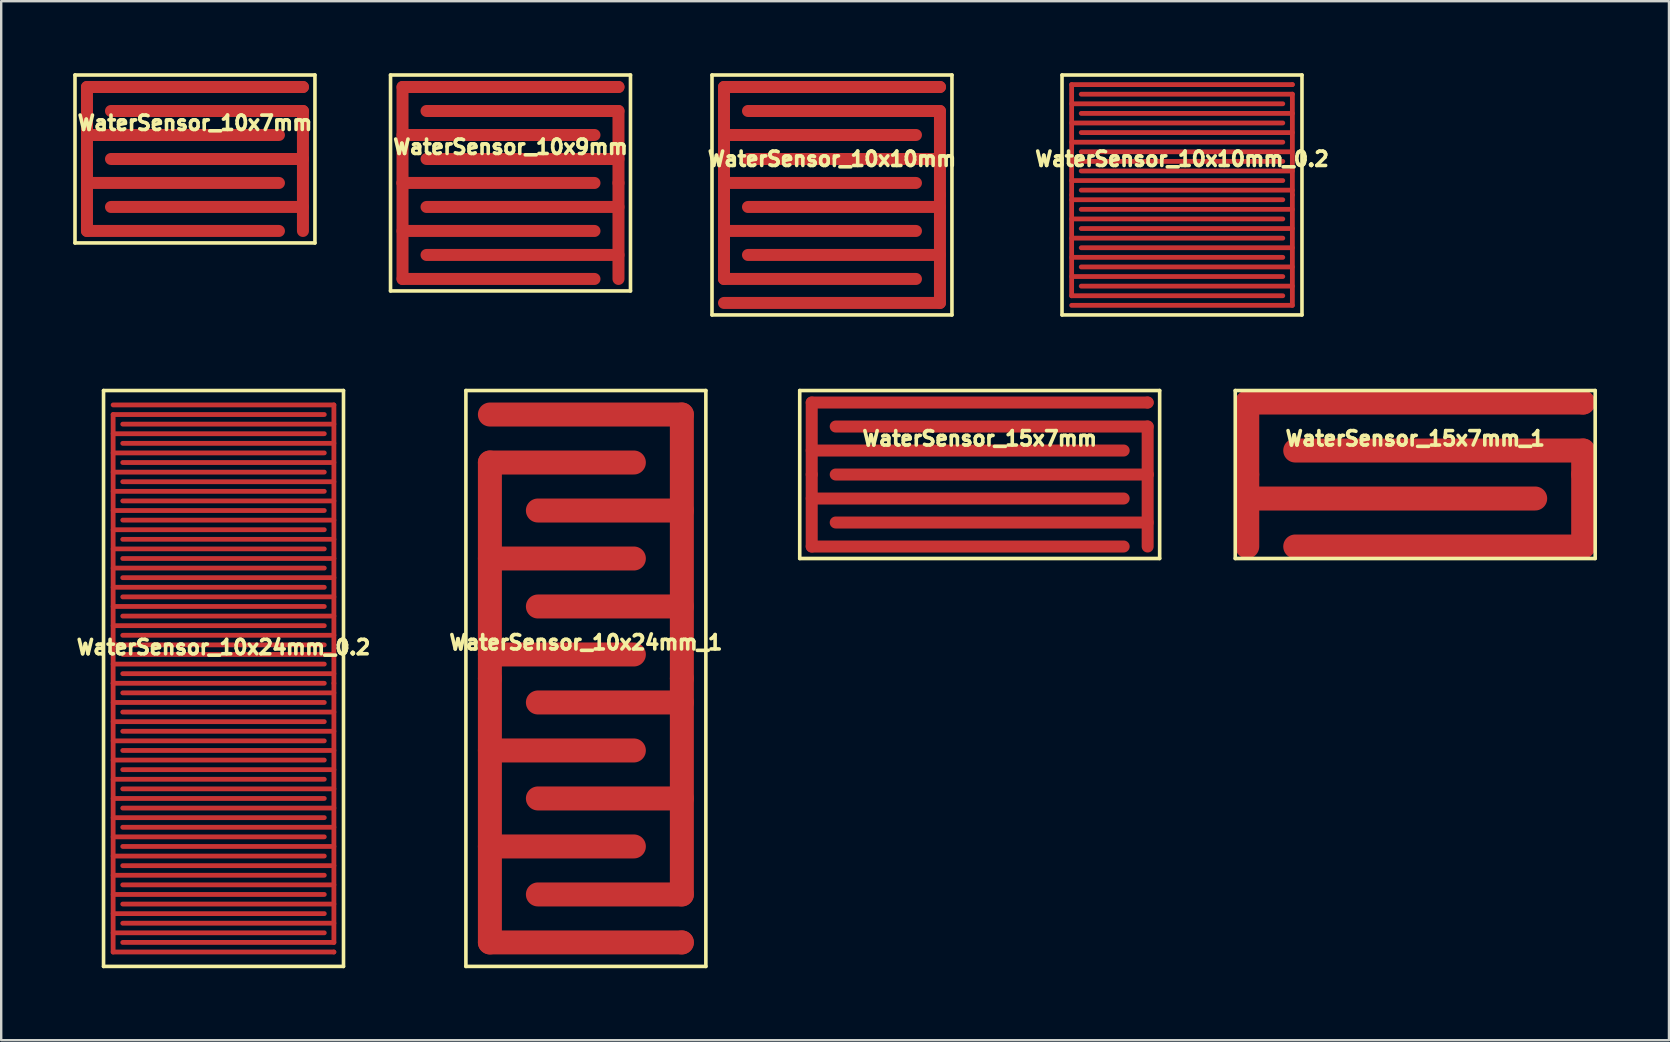
<source format=kicad_pcb>
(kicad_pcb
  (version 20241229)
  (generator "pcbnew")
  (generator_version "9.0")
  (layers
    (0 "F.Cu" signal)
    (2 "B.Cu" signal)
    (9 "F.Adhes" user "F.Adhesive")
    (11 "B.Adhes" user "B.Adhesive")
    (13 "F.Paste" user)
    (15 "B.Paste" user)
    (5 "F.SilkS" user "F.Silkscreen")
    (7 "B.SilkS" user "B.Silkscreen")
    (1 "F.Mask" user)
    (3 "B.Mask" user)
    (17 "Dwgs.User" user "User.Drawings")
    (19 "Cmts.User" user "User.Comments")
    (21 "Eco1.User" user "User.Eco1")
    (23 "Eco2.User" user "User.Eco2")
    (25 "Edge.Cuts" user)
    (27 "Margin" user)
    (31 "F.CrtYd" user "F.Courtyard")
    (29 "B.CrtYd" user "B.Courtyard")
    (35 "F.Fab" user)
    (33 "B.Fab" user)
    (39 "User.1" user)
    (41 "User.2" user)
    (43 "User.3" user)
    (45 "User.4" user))
  (footprint "WaterSensor_10x9mm"
    (layer "F.Cu")
    (at 18.225 4.575)
    (property "Reference" "WaterSensor_10x9mm" (at 0 -1.5 0) (layer "F.SilkS") (effects (font (size 0.6 0.6) (thickness 0.15))))
    (attr exclude_from_pos_files exclude_from_bom)
    (fp_line (start -4.5 -4) (end -4.5 4) (stroke (width 0.5) (type solid)) (layer "F.Cu"))
    (fp_line (start -4.5 -2) (end 3.5 -2) (stroke (width 0.5) (type solid)) (layer "F.Cu"))
    (fp_line (start -4.5 2) (end 3.5 2) (stroke (width 0.5) (type solid)) (layer "F.Cu"))
    (fp_line (start -4.5 4) (end 3.5 4) (stroke (width 0.5) (type solid)) (layer "F.Cu"))
    (fp_line (start -3.5 -1) (end 4.5 -1) (stroke (width 0.5) (type solid)) (layer "F.Cu"))
    (fp_line (start -3.5 3) (end 4.5 3) (stroke (width 0.5) (type solid)) (layer "F.Cu"))
    (fp_line (start 3.5 0) (end -4.5 0) (stroke (width 0.5) (type solid)) (layer "F.Cu"))
    (fp_line (start 4.5 -4) (end -4.5 -4) (stroke (width 0.5) (type solid)) (layer "F.Cu"))
    (fp_line (start 4.5 -3) (end -3.5 -3) (stroke (width 0.5) (type solid)) (layer "F.Cu"))
    (fp_line (start 4.5 1) (end -3.5 1) (stroke (width 0.5) (type solid)) (layer "F.Cu"))
    (fp_line (start 4.5 4) (end 4.5 -3) (stroke (width 0.5) (type solid)) (layer "F.Cu"))
    (fp_line (start -5 -4.5) (end 5 -4.5) (stroke (width 0.15) (type solid)) (layer "F.SilkS"))
    (fp_line (start -5 4.5) (end -5 -4.5) (stroke (width 0.15) (type solid)) (layer "F.SilkS"))
    (fp_line (start 5 -4.5) (end 5 4.5) (stroke (width 0.15) (type solid)) (layer "F.SilkS"))
    (fp_line (start 5 4.5) (end -5 4.5) (stroke (width 0.15) (type solid)) (layer "F.SilkS"))
    (pad "1" smd circle (at 4.5 0) (size 0.5 0.5) (layers "F.Cu"))
    (pad "2" smd circle (at -4.5 0) (size 0.5 0.5) (layers "F.Cu"))
    (pad "2" smd circle (at 4.5 -4) (size 0.5 0.5) (layers "F.Cu")))
  (footprint "WaterSensor_10x10mm"
    (layer "F.Cu")
    (at 31.622 5.075)
    (property "Reference" "WaterSensor_10x10mm" (at 0 -1.5 0) (layer "F.SilkS") (effects (font (size 0.6 0.6) (thickness 0.15))))
    (attr exclude_from_pos_files exclude_from_bom)
    (fp_line (start -4.5 -4.5) (end -4.5 3.5) (stroke (width 0.5) (type solid)) (layer "F.Cu"))
    (fp_line (start -4.5 -2.5) (end 3.5 -2.5) (stroke (width 0.5) (type solid)) (layer "F.Cu"))
    (fp_line (start -4.5 1.5) (end 3.5 1.5) (stroke (width 0.5) (type solid)) (layer "F.Cu"))
    (fp_line (start -4.5 3.5) (end 3.5 3.5) (stroke (width 0.5) (type solid)) (layer "F.Cu"))
    (fp_line (start -3.5 -1.5) (end 4.5 -1.5) (stroke (width 0.5) (type solid)) (layer "F.Cu"))
    (fp_line (start -3.5 2.5) (end 4.5 2.5) (stroke (width 0.5) (type solid)) (layer "F.Cu"))
    (fp_line (start 3.5 -0.5) (end -4.5 -0.5) (stroke (width 0.5) (type solid)) (layer "F.Cu"))
    (fp_line (start 4.5 -4.5) (end -4.5 -4.5) (stroke (width 0.5) (type solid)) (layer "F.Cu"))
    (fp_line (start 4.5 -3.5) (end -3.5 -3.5) (stroke (width 0.5) (type solid)) (layer "F.Cu"))
    (fp_line (start 4.5 0.5) (end -3.5 0.5) (stroke (width 0.5) (type solid)) (layer "F.Cu"))
    (fp_line (start 4.5 4.5) (end -4.5 4.5) (stroke (width 0.5) (type solid)) (layer "F.Cu"))
    (fp_line (start 4.5 4.5) (end 4.5 -3.5) (stroke (width 0.5) (type solid)) (layer "F.Cu"))
    (fp_line (start -5 -5) (end 5 -5) (stroke (width 0.15) (type solid)) (layer "F.SilkS"))
    (fp_line (start -5 5) (end -5 -5) (stroke (width 0.15) (type solid)) (layer "F.SilkS"))
    (fp_line (start 5 -5) (end 5 5) (stroke (width 0.15) (type solid)) (layer "F.SilkS"))
    (fp_line (start 5 5) (end -5 5) (stroke (width 0.15) (type solid)) (layer "F.SilkS"))
    (pad "1" smd circle (at 4.5 0) (size 0.5 0.5) (layers "F.Cu"))
    (pad "2" smd circle (at -4.5 0) (size 0.5 0.5) (layers "F.Cu"))
    (pad "2" smd circle (at 4.5 -4.5) (size 0.5 0.5) (layers "F.Cu")))
  (footprint "WaterSensor_15x7mm"
    (layer "F.Cu")
    (at 37.778 16.725)
    (property "Reference" "WaterSensor_15x7mm" (at 0 -1.5 0) (layer "F.SilkS") (effects (font (size 0.6 0.6) (thickness 0.15))))
    (attr exclude_from_pos_files exclude_from_bom)
    (fp_line (start -7 -3) (end -7 3) (stroke (width 0.5) (type solid)) (layer "F.Cu"))
    (fp_line (start -7 -1) (end 6 -1) (stroke (width 0.5) (type solid)) (layer "F.Cu"))
    (fp_line (start -7 3) (end 6 3) (stroke (width 0.5) (type solid)) (layer "F.Cu"))
    (fp_line (start -6 0) (end 7 0) (stroke (width 0.5) (type solid)) (layer "F.Cu"))
    (fp_line (start 6 1) (end -7 1) (stroke (width 0.5) (type solid)) (layer "F.Cu"))
    (fp_line (start 7 -3) (end -7 -3) (stroke (width 0.5) (type solid)) (layer "F.Cu"))
    (fp_line (start 7 -2) (end -6 -2) (stroke (width 0.5) (type solid)) (layer "F.Cu"))
    (fp_line (start 7 2) (end -6 2) (stroke (width 0.5) (type solid)) (layer "F.Cu"))
    (fp_line (start 7 3) (end 7 -2) (stroke (width 0.5) (type solid)) (layer "F.Cu"))
    (fp_line (start -7.5 -3.5) (end -7.5 3.5) (stroke (width 0.15) (type solid)) (layer "F.SilkS"))
    (fp_line (start -7.5 3.5) (end 7.5 3.5) (stroke (width 0.15) (type solid)) (layer "F.SilkS"))
    (fp_line (start 7.5 -3.5) (end -7.5 -3.5) (stroke (width 0.15) (type solid)) (layer "F.SilkS"))
    (fp_line (start 7.5 3.5) (end 7.5 -3.5) (stroke (width 0.15) (type solid)) (layer "F.SilkS"))
    (pad "1" smd circle (at 7 0) (size 0.5 0.5) (layers "F.Cu"))
    (pad "2" smd circle (at -7 0) (size 0.5 0.5) (layers "F.Cu"))
    (pad "2" smd circle (at 7 -3) (size 0.5 0.5) (layers "F.Cu")))
  (footprint "WaterSensor_10x7mm"
    (layer "F.Cu")
    (at 5.075 3.575)
    (property "Reference" "WaterSensor_10x7mm" (at 0 -1.5 0) (layer "F.SilkS") (effects (font (size 0.6 0.6) (thickness 0.15))))
    (attr exclude_from_pos_files exclude_from_bom)
    (fp_line (start -4.5 -3) (end -4.5 3) (stroke (width 0.5) (type solid)) (layer "F.Cu"))
    (fp_line (start -4.5 -1) (end 3.5 -1) (stroke (width 0.5) (type solid)) (layer "F.Cu"))
    (fp_line (start -4.5 3) (end 3.5 3) (stroke (width 0.5) (type solid)) (layer "F.Cu"))
    (fp_line (start -3.5 0) (end 4.5 0) (stroke (width 0.5) (type solid)) (layer "F.Cu"))
    (fp_line (start 3.5 1) (end -4.5 1) (stroke (width 0.5) (type solid)) (layer "F.Cu"))
    (fp_line (start 4.5 -3) (end -4.5 -3) (stroke (width 0.5) (type solid)) (layer "F.Cu"))
    (fp_line (start 4.5 -2) (end -3.5 -2) (stroke (width 0.5) (type solid)) (layer "F.Cu"))
    (fp_line (start 4.5 2) (end -3.5 2) (stroke (width 0.5) (type solid)) (layer "F.Cu"))
    (fp_line (start 4.5 3) (end 4.5 -2) (stroke (width 0.5) (type solid)) (layer "F.Cu"))
    (fp_line (start -5 -3.5) (end -5 3.5) (stroke (width 0.15) (type solid)) (layer "F.SilkS"))
    (fp_line (start -5 3.5) (end 5 3.5) (stroke (width 0.15) (type solid)) (layer "F.SilkS"))
    (fp_line (start 5 -3.5) (end -5 -3.5) (stroke (width 0.15) (type solid)) (layer "F.SilkS"))
    (fp_line (start 5 3.5) (end 5 -3.5) (stroke (width 0.15) (type solid)) (layer "F.SilkS"))
    (pad "1" smd circle (at 4.5 0) (size 0.5 0.5) (layers "F.Cu"))
    (pad "2" smd circle (at -4.5 0) (size 0.5 0.5) (layers "F.Cu"))
    (pad "2" smd circle (at 4.5 -3) (size 0.5 0.5) (layers "F.Cu")))
  (footprint "WaterSensor_10x24mm_1"
    (layer "F.Cu")
    (at 21.366 25.225)
    (property "Reference" "WaterSensor_10x24mm_1" (at 0 -1.5 0) (layer "F.SilkS") (effects (font (size 0.6 0.6) (thickness 0.15))))
    (attr exclude_from_pos_files exclude_from_bom)
    (fp_line (start -4 -11) (end 4 -11) (stroke (width 1) (type solid)) (layer "F.Cu"))
    (fp_line (start -4 -9) (end 2 -9) (stroke (width 1) (type solid)) (layer "F.Cu"))
    (fp_line (start -4 -5) (end 2 -5) (stroke (width 1) (type solid)) (layer "F.Cu"))
    (fp_line (start -4 -1) (end 2 -1) (stroke (width 1) (type solid)) (layer "F.Cu"))
    (fp_line (start -4 3) (end 2 3) (stroke (width 1) (type solid)) (layer "F.Cu"))
    (fp_line (start -4 7) (end 2 7) (stroke (width 1) (type solid)) (layer "F.Cu"))
    (fp_line (start -4 11) (end -4 -9) (stroke (width 1) (type solid)) (layer "F.Cu"))
    (fp_line (start 4 -11) (end 4 9) (stroke (width 1) (type solid)) (layer "F.Cu"))
    (fp_line (start 4 -7) (end -2 -7) (stroke (width 1) (type solid)) (layer "F.Cu"))
    (fp_line (start 4 -3) (end -2 -3) (stroke (width 1) (type solid)) (layer "F.Cu"))
    (fp_line (start 4 1) (end -2 1) (stroke (width 1) (type solid)) (layer "F.Cu"))
    (fp_line (start 4 5) (end -2 5) (stroke (width 1) (type solid)) (layer "F.Cu"))
    (fp_line (start 4 9) (end -2 9) (stroke (width 1) (type solid)) (layer "F.Cu"))
    (fp_line (start 4 11) (end -4 11) (stroke (width 1) (type solid)) (layer "F.Cu"))
    (fp_line (start -5 -12) (end -5 12) (stroke (width 0.15) (type solid)) (layer "F.SilkS"))
    (fp_line (start -5 -12) (end 5 -12) (stroke (width 0.15) (type solid)) (layer "F.SilkS"))
    (fp_line (start 5 12) (end -5 12) (stroke (width 0.15) (type solid)) (layer "F.SilkS"))
    (fp_line (start 5 12) (end 5 -12) (stroke (width 0.15) (type solid)) (layer "F.SilkS"))
    (pad "1" smd circle (at 4 0) (size 1 1) (layers "F.Cu"))
    (pad "2" smd circle (at -4 0) (size 1 1) (layers "F.Cu"))
    (pad "2" smd circle (at 4 11) (size 1 1) (layers "F.Cu")))
  (footprint "WaterSensor_10x10mm_0.2"
    (layer "F.Cu")
    (at 46.209 5.075)
    (property "Reference" "WaterSensor_10x10mm_0.2" (at 0 -1.5 0) (layer "F.SilkS") (effects (font (size 0.6 0.6) (thickness 0.15))))
    (attr exclude_from_pos_files exclude_from_bom)
    (fp_line (start -4.6 -4.6) (end 4.6 -4.6) (stroke (width 0.2) (type solid)) (layer "F.Cu"))
    (fp_line (start -4.6 -3.8) (end 4.2 -3.8) (stroke (width 0.2) (type solid)) (layer "F.Cu"))
    (fp_line (start -4.6 -3) (end 4.2 -3) (stroke (width 0.2) (type solid)) (layer "F.Cu"))
    (fp_line (start -4.6 -2.2) (end 4.2 -2.2) (stroke (width 0.2) (type solid)) (layer "F.Cu"))
    (fp_line (start -4.6 -1.4) (end 4.2 -1.4) (stroke (width 0.2) (type solid)) (layer "F.Cu"))
    (fp_line (start -4.6 -0.6) (end 4.2 -0.6) (stroke (width 0.2) (type solid)) (layer "F.Cu"))
    (fp_line (start -4.6 0.2) (end 4.2 0.2) (stroke (width 0.2) (type solid)) (layer "F.Cu"))
    (fp_line (start -4.6 1) (end 4.2 1) (stroke (width 0.2) (type solid)) (layer "F.Cu"))
    (fp_line (start -4.6 1.8) (end 4.2 1.8) (stroke (width 0.2) (type solid)) (layer "F.Cu"))
    (fp_line (start -4.6 2.6) (end 4.2 2.6) (stroke (width 0.2) (type solid)) (layer "F.Cu"))
    (fp_line (start -4.6 3.4) (end 4.2 3.4) (stroke (width 0.2) (type solid)) (layer "F.Cu"))
    (fp_line (start -4.6 4.2) (end -4.6 -4.6) (stroke (width 0.2) (type solid)) (layer "F.Cu"))
    (fp_line (start -4.6 4.2) (end 4.2 4.2) (stroke (width 0.2) (type solid)) (layer "F.Cu"))
    (fp_line (start 4.6 -4.2) (end -4.2 -4.2) (stroke (width 0.2) (type solid)) (layer "F.Cu"))
    (fp_line (start 4.6 -3.4) (end -4.2 -3.4) (stroke (width 0.2) (type solid)) (layer "F.Cu"))
    (fp_line (start 4.6 -2.6) (end -4.2 -2.6) (stroke (width 0.2) (type solid)) (layer "F.Cu"))
    (fp_line (start 4.6 -1.8) (end -4.2 -1.8) (stroke (width 0.2) (type solid)) (layer "F.Cu"))
    (fp_line (start 4.6 -1) (end -4.2 -1) (stroke (width 0.2) (type solid)) (layer "F.Cu"))
    (fp_line (start 4.6 -0.2) (end -4.2 -0.2) (stroke (width 0.2) (type solid)) (layer "F.Cu"))
    (fp_line (start 4.6 0.6) (end -4.2 0.6) (stroke (width 0.2) (type solid)) (layer "F.Cu"))
    (fp_line (start 4.6 1.4) (end -4.2 1.4) (stroke (width 0.2) (type solid)) (layer "F.Cu"))
    (fp_line (start 4.6 2.2) (end -4.2 2.2) (stroke (width 0.2) (type solid)) (layer "F.Cu"))
    (fp_line (start 4.6 3) (end -4.2 3) (stroke (width 0.2) (type solid)) (layer "F.Cu"))
    (fp_line (start 4.6 3.8) (end -4.2 3.8) (stroke (width 0.2) (type solid)) (layer "F.Cu"))
    (fp_line (start 4.6 4.6) (end -4.6 4.6) (stroke (width 0.2) (type solid)) (layer "F.Cu"))
    (fp_line (start 4.6 4.6) (end 4.6 -4.2) (stroke (width 0.2) (type solid)) (layer "F.Cu"))
    (fp_line (start -5 -5) (end 5 -5) (stroke (width 0.15) (type solid)) (layer "F.SilkS"))
    (fp_line (start -5 5) (end -5 -5) (stroke (width 0.15) (type solid)) (layer "F.SilkS"))
    (fp_line (start 5 -5) (end 5 5) (stroke (width 0.15) (type solid)) (layer "F.SilkS"))
    (fp_line (start 5 5) (end -5 5) (stroke (width 0.15) (type solid)) (layer "F.SilkS"))
    (pad "1" smd circle (at 4.6 0) (size 0.2 0.2) (layers "F.Cu"))
    (pad "2" smd circle (at -4.6 0) (size 0.2 0.2) (layers "F.Cu"))
    (pad "2" smd circle (at 4.6 -4.6) (size 0.2 0.2) (layers "F.Cu")))
  (footprint "WaterSensor_10x24mm_0.2"
    (layer "F.Cu")
    (at 6.265 25.225)
    (property "Reference" "WaterSensor_10x24mm_0.2" (at 0 -1.3 0) (layer "F.SilkS") (effects (font (size 0.6 0.6) (thickness 0.15))))
    (attr exclude_from_pos_files exclude_from_bom)
    (fp_line (start -4.6 -10.2) (end 4.2 -10.2) (stroke (width 0.2) (type solid)) (layer "F.Cu"))
    (fp_line (start -4.6 -9.4) (end 4.2 -9.4) (stroke (width 0.2) (type solid)) (layer "F.Cu"))
    (fp_line (start -4.6 -8.6) (end 4.2 -8.6) (stroke (width 0.2) (type solid)) (layer "F.Cu"))
    (fp_line (start -4.6 -7.8) (end 4.2 -7.8) (stroke (width 0.2) (type solid)) (layer "F.Cu"))
    (fp_line (start -4.6 -7) (end 4.2 -7) (stroke (width 0.2) (type solid)) (layer "F.Cu"))
    (fp_line (start -4.6 -6.2) (end 4.2 -6.2) (stroke (width 0.2) (type solid)) (layer "F.Cu"))
    (fp_line (start -4.6 -5.4) (end 4.2 -5.4) (stroke (width 0.2) (type solid)) (layer "F.Cu"))
    (fp_line (start -4.6 -4.6) (end 4.2 -4.6) (stroke (width 0.2) (type solid)) (layer "F.Cu"))
    (fp_line (start -4.6 -3.8) (end 4.2 -3.8) (stroke (width 0.2) (type solid)) (layer "F.Cu"))
    (fp_line (start -4.6 -3) (end 4.2 -3) (stroke (width 0.2) (type solid)) (layer "F.Cu"))
    (fp_line (start -4.6 -2.2) (end 4.2 -2.2) (stroke (width 0.2) (type solid)) (layer "F.Cu"))
    (fp_line (start -4.6 -1.4) (end 4.2 -1.4) (stroke (width 0.2) (type solid)) (layer "F.Cu"))
    (fp_line (start -4.6 -0.6) (end 4.2 -0.6) (stroke (width 0.2) (type solid)) (layer "F.Cu"))
    (fp_line (start -4.6 0.2) (end 4.2 0.2) (stroke (width 0.2) (type solid)) (layer "F.Cu"))
    (fp_line (start -4.6 1) (end 4.2 1) (stroke (width 0.2) (type solid)) (layer "F.Cu"))
    (fp_line (start -4.6 1.8) (end 4.2 1.8) (stroke (width 0.2) (type solid)) (layer "F.Cu"))
    (fp_line (start -4.6 2.6) (end 4.2 2.6) (stroke (width 0.2) (type solid)) (layer "F.Cu"))
    (fp_line (start -4.6 3.4) (end 4.2 3.4) (stroke (width 0.2) (type solid)) (layer "F.Cu"))
    (fp_line (start -4.6 4.2) (end 4.2 4.2) (stroke (width 0.2) (type solid)) (layer "F.Cu"))
    (fp_line (start -4.6 5) (end 4.2 5) (stroke (width 0.2) (type solid)) (layer "F.Cu"))
    (fp_line (start -4.6 5.8) (end 4.2 5.8) (stroke (width 0.2) (type solid)) (layer "F.Cu"))
    (fp_line (start -4.6 6.6) (end 4.2 6.6) (stroke (width 0.2) (type solid)) (layer "F.Cu"))
    (fp_line (start -4.6 7.4) (end 4.2 7.4) (stroke (width 0.2) (type solid)) (layer "F.Cu"))
    (fp_line (start -4.6 8.2) (end 4.2 8.2) (stroke (width 0.2) (type solid)) (layer "F.Cu"))
    (fp_line (start -4.6 9) (end 4.2 9) (stroke (width 0.2) (type solid)) (layer "F.Cu"))
    (fp_line (start -4.6 9.8) (end 4.2 9.8) (stroke (width 0.2) (type solid)) (layer "F.Cu"))
    (fp_line (start -4.6 10.6) (end 4.2 10.6) (stroke (width 0.2) (type solid)) (layer "F.Cu"))
    (fp_line (start -4.6 11.4) (end -4.6 -11) (stroke (width 0.2) (type solid)) (layer "F.Cu"))
    (fp_line (start -4.6 11.4) (end 4.6 11.4) (stroke (width 0.2) (type solid)) (layer "F.Cu"))
    (fp_line (start 4.2 -11) (end -4.6 -11) (stroke (width 0.2) (type solid)) (layer "F.Cu"))
    (fp_line (start 4.6 -11.4) (end -4.6 -11.4) (stroke (width 0.2) (type solid)) (layer "F.Cu"))
    (fp_line (start 4.6 -10.6) (end -4.2 -10.6) (stroke (width 0.2) (type solid)) (layer "F.Cu"))
    (fp_line (start 4.6 -9.8) (end -4.2 -9.8) (stroke (width 0.2) (type solid)) (layer "F.Cu"))
    (fp_line (start 4.6 -9) (end -4.2 -9) (stroke (width 0.2) (type solid)) (layer "F.Cu"))
    (fp_line (start 4.6 -8.2) (end -4.2 -8.2) (stroke (width 0.2) (type solid)) (layer "F.Cu"))
    (fp_line (start 4.6 -7.4) (end -4.2 -7.4) (stroke (width 0.2) (type solid)) (layer "F.Cu"))
    (fp_line (start 4.6 -6.6) (end -4.2 -6.6) (stroke (width 0.2) (type solid)) (layer "F.Cu"))
    (fp_line (start 4.6 -5.8) (end -4.2 -5.8) (stroke (width 0.2) (type solid)) (layer "F.Cu"))
    (fp_line (start 4.6 -5) (end -4.2 -5) (stroke (width 0.2) (type solid)) (layer "F.Cu"))
    (fp_line (start 4.6 -4.2) (end -4.2 -4.2) (stroke (width 0.2) (type solid)) (layer "F.Cu"))
    (fp_line (start 4.6 -3.4) (end -4.2 -3.4) (stroke (width 0.2) (type solid)) (layer "F.Cu"))
    (fp_line (start 4.6 -2.6) (end -4.2 -2.6) (stroke (width 0.2) (type solid)) (layer "F.Cu"))
    (fp_line (start 4.6 -1.8) (end -4.2 -1.8) (stroke (width 0.2) (type solid)) (layer "F.Cu"))
    (fp_line (start 4.6 -1) (end -4.2 -1) (stroke (width 0.2) (type solid)) (layer "F.Cu"))
    (fp_line (start 4.6 -0.2) (end -4.2 -0.2) (stroke (width 0.2) (type solid)) (layer "F.Cu"))
    (fp_line (start 4.6 0.6) (end -4.2 0.6) (stroke (width 0.2) (type solid)) (layer "F.Cu"))
    (fp_line (start 4.6 1.4) (end -4.2 1.4) (stroke (width 0.2) (type solid)) (layer "F.Cu"))
    (fp_line (start 4.6 2.2) (end -4.2 2.2) (stroke (width 0.2) (type solid)) (layer "F.Cu"))
    (fp_line (start 4.6 3) (end -4.2 3) (stroke (width 0.2) (type solid)) (layer "F.Cu"))
    (fp_line (start 4.6 3.8) (end -4.2 3.8) (stroke (width 0.2) (type solid)) (layer "F.Cu"))
    (fp_line (start 4.6 4.6) (end -4.2 4.6) (stroke (width 0.2) (type solid)) (layer "F.Cu"))
    (fp_line (start 4.6 5.4) (end -4.2 5.4) (stroke (width 0.2) (type solid)) (layer "F.Cu"))
    (fp_line (start 4.6 6.2) (end -4.2 6.2) (stroke (width 0.2) (type solid)) (layer "F.Cu"))
    (fp_line (start 4.6 7) (end -4.2 7) (stroke (width 0.2) (type solid)) (layer "F.Cu"))
    (fp_line (start 4.6 7.8) (end -4.2 7.8) (stroke (width 0.2) (type solid)) (layer "F.Cu"))
    (fp_line (start 4.6 8.6) (end -4.2 8.6) (stroke (width 0.2) (type solid)) (layer "F.Cu"))
    (fp_line (start 4.6 9.4) (end -4.2 9.4) (stroke (width 0.2) (type solid)) (layer "F.Cu"))
    (fp_line (start 4.6 10.2) (end -4.2 10.2) (stroke (width 0.2) (type solid)) (layer "F.Cu"))
    (fp_line (start 4.6 11) (end -4.2 11) (stroke (width 0.2) (type solid)) (layer "F.Cu"))
    (fp_line (start 4.6 11) (end 4.6 -11.4) (stroke (width 0.2) (type solid)) (layer "F.Cu"))
    (fp_line (start -5 -12) (end -5 12) (stroke (width 0.15) (type solid)) (layer "F.SilkS"))
    (fp_line (start -5 -12) (end 5 -12) (stroke (width 0.15) (type solid)) (layer "F.SilkS"))
    (fp_line (start 5 12) (end -5 12) (stroke (width 0.15) (type solid)) (layer "F.SilkS"))
    (fp_line (start 5 12) (end 5 -12) (stroke (width 0.15) (type solid)) (layer "F.SilkS"))
    (pad "1" smd circle (at 4.6 0.2) (size 0.2 0.2) (layers "F.Cu"))
    (pad "2" smd circle (at -4.6 0.2) (size 0.2 0.2) (layers "F.Cu"))
    (pad "2" smd circle (at 4.6 11.4) (size 0.2 0.2) (layers "F.Cu")))
  (footprint "WaterSensor_15x7mm_1"
    (layer "F.Cu")
    (at 55.928 16.725)
    (property "Reference" "WaterSensor_15x7mm_1" (at 0 -1.5 0) (layer "F.SilkS") (effects (font (size 0.6 0.6) (thickness 0.15))))
    (attr exclude_from_pos_files exclude_from_bom)
    (fp_line (start -7 1) (end 5 1) (stroke (width 1) (type solid)) (layer "F.Cu"))
    (fp_line (start -7 3) (end -7 -3) (stroke (width 1) (type solid)) (layer "F.Cu"))
    (fp_line (start 7 -3) (end -7 -3) (stroke (width 1) (type solid)) (layer "F.Cu"))
    (fp_line (start 7 -1) (end -5 -1) (stroke (width 1) (type solid)) (layer "F.Cu"))
    (fp_line (start 7 -1) (end 7 3) (stroke (width 1) (type solid)) (layer "F.Cu"))
    (fp_line (start 7 3) (end -5 3) (stroke (width 1) (type solid)) (layer "F.Cu"))
    (fp_line (start -7.5 -3.5) (end -7.5 3.5) (stroke (width 0.15) (type solid)) (layer "F.SilkS"))
    (fp_line (start -7.5 3.5) (end 7.5 3.5) (stroke (width 0.15) (type solid)) (layer "F.SilkS"))
    (fp_line (start 7.5 -3.5) (end -7.5 -3.5) (stroke (width 0.15) (type solid)) (layer "F.SilkS"))
    (fp_line (start 7.5 3.5) (end 7.5 -3.5) (stroke (width 0.15) (type solid)) (layer "F.SilkS"))
    (pad "1" smd circle (at 7 0) (size 1 1) (layers "F.Cu"))
    (pad "2" smd circle (at -7 0) (size 1 1) (layers "F.Cu"))
    (pad "2" smd circle (at 7 -3) (size 1 1) (layers "F.Cu")))
  (gr_rect
    (start -3 -3)
    (end 66.503 40.3)
    (stroke (width 0.1) (type default))
    (fill no)
    (layer "Edge.Cuts")))
</source>
